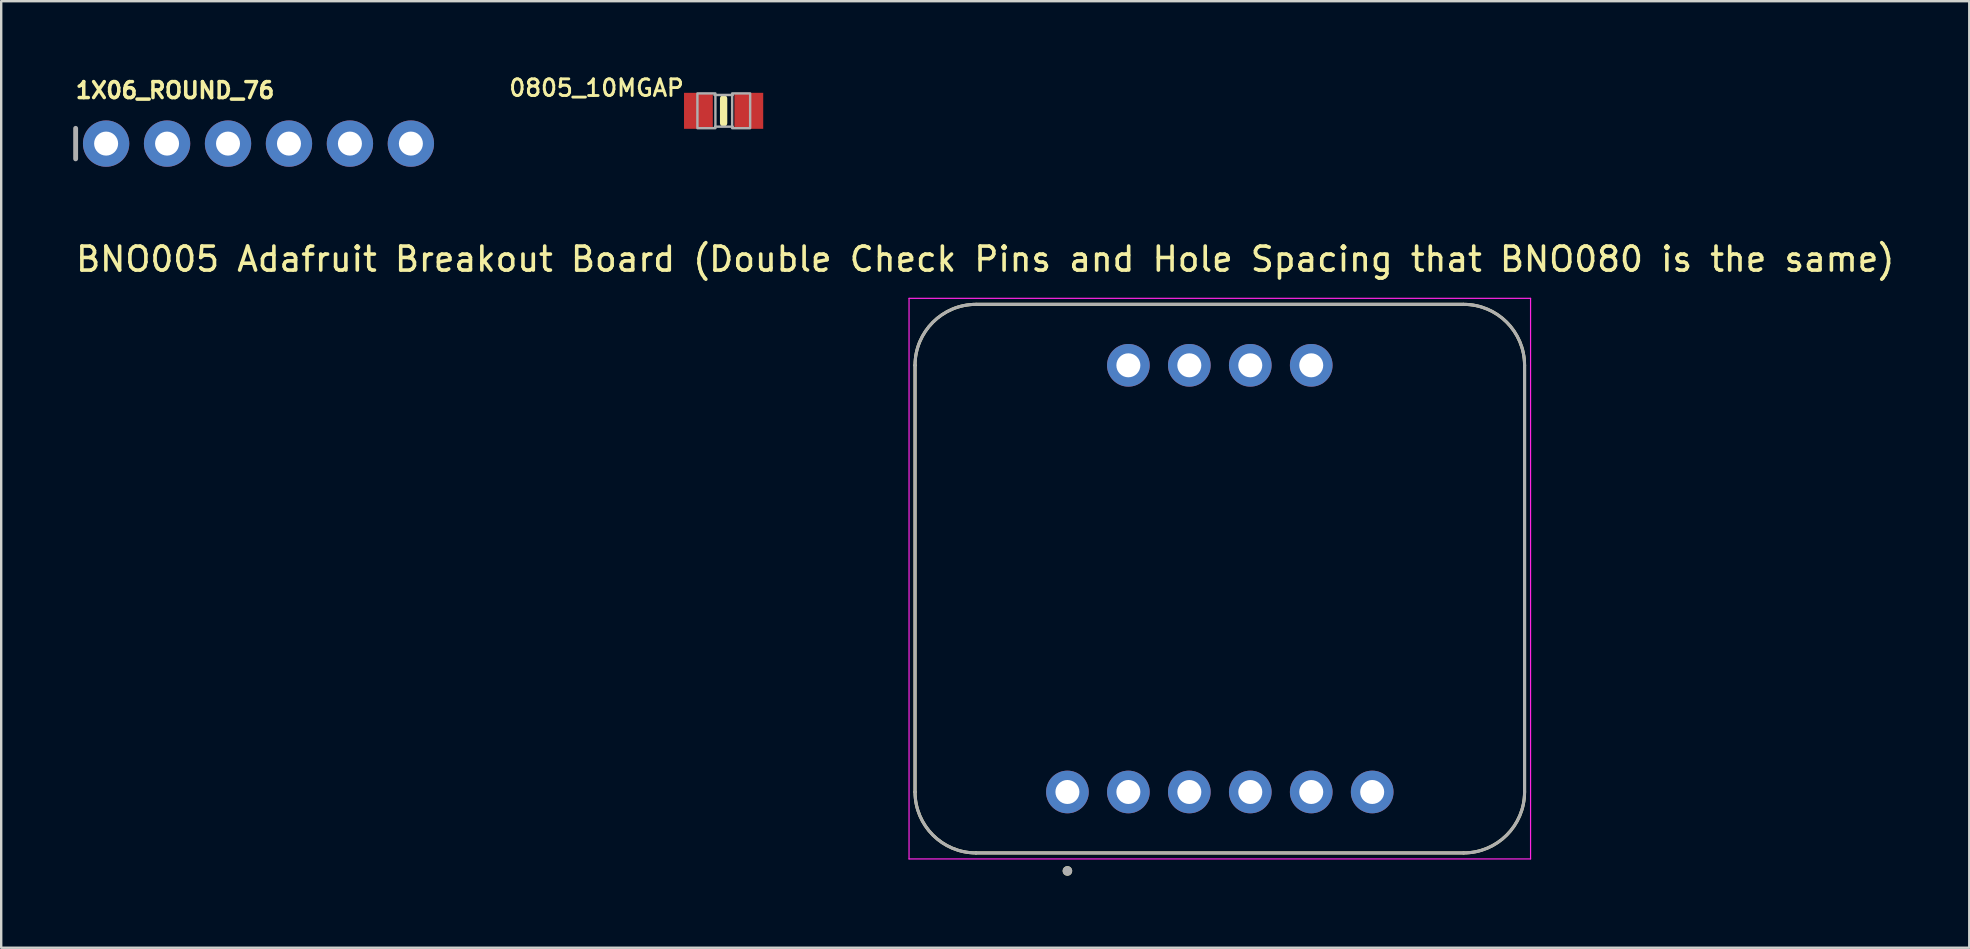
<source format=kicad_pcb>
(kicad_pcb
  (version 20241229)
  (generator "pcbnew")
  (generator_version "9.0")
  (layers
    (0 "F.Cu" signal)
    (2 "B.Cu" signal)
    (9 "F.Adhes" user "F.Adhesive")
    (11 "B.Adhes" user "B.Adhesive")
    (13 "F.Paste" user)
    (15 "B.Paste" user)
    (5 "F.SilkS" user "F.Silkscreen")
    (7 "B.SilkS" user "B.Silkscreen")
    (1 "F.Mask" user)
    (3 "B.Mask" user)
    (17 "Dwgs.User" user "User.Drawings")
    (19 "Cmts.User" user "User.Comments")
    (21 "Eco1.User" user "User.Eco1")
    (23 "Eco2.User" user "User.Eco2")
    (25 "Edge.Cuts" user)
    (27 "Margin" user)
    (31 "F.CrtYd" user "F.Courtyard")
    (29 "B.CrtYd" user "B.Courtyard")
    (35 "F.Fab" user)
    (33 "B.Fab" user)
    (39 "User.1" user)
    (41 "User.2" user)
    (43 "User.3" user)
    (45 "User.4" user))
  (footprint "BNO005 Adafruit Breakout Board (Double Check Pins and Hole Spacing that BNO080 is the same)"
    (layer "F.Cu")
    (at 47.781 21.063)
    (property "Reference" "BNO005 Adafruit Breakout Board (Double Check Pins and Hole Spacing that BNO080 is the same)" (at -9.775 -13.315 0) (layer "F.SilkS") (effects (font (size 1 1) (thickness 0.15))))
    (attr through_hole)
    (fp_line (start -12.7 -8.89) (end -12.7 8.89) (stroke (width 0.127) (type solid)) (layer "F.SilkS"))
    (fp_line (start -10.16 11.43) (end 10.16 11.43) (stroke (width 0.127) (type solid)) (layer "F.SilkS"))
    (fp_line (start 10.16 -11.43) (end -10.16 -11.43) (stroke (width 0.127) (type solid)) (layer "F.SilkS"))
    (fp_line (start 12.7 8.89) (end 12.7 -8.89) (stroke (width 0.127) (type solid)) (layer "F.SilkS"))
    (fp_arc (start -12.7 -8.89) (mid -11.956051 -10.686051) (end -10.16 -11.43) (stroke (width 0.127) (type solid)) (layer "F.SilkS"))
    (fp_arc (start -10.16 11.43) (mid -11.956051 10.686051) (end -12.7 8.89) (stroke (width 0.127) (type solid)) (layer "F.SilkS"))
    (fp_arc (start 10.16 -11.43) (mid 11.956051 -10.686051) (end 12.7 -8.89) (stroke (width 0.127) (type solid)) (layer "F.SilkS"))
    (fp_arc (start 12.7 8.89) (mid 11.956051 10.686051) (end 10.16 11.43) (stroke (width 0.127) (type solid)) (layer "F.SilkS"))
    (fp_circle (center -6.35 12.18) (end -6.25 12.18) (stroke (width 0.2) (type solid)) (fill no) (layer "F.SilkS"))
    (fp_line (start -12.95 -11.68) (end -12.95 11.68) (stroke (width 0.05) (type solid)) (layer "F.CrtYd"))
    (fp_line (start -12.95 11.68) (end 12.95 11.68) (stroke (width 0.05) (type solid)) (layer "F.CrtYd"))
    (fp_line (start 12.95 -11.68) (end -12.95 -11.68) (stroke (width 0.05) (type solid)) (layer "F.CrtYd"))
    (fp_line (start 12.95 11.68) (end 12.95 -11.68) (stroke (width 0.05) (type solid)) (layer "F.CrtYd"))
    (fp_line (start -12.7 -8.89) (end -12.7 8.89) (stroke (width 0.127) (type solid)) (layer "F.Fab"))
    (fp_line (start -10.16 11.43) (end 10.16 11.43) (stroke (width 0.127) (type solid)) (layer "F.Fab"))
    (fp_line (start 10.16 -11.43) (end -10.16 -11.43) (stroke (width 0.127) (type solid)) (layer "F.Fab"))
    (fp_line (start 12.7 8.89) (end 12.7 -8.89) (stroke (width 0.127) (type solid)) (layer "F.Fab"))
    (fp_arc (start -12.7 -8.89) (mid -11.956051 -10.686051) (end -10.16 -11.43) (stroke (width 0.127) (type solid)) (layer "F.Fab"))
    (fp_arc (start -10.16 11.43) (mid -11.956051 10.686051) (end -12.7 8.89) (stroke (width 0.127) (type solid)) (layer "F.Fab"))
    (fp_arc (start 10.16 -11.43) (mid 11.956051 -10.686051) (end 12.7 -8.89) (stroke (width 0.127) (type solid)) (layer "F.Fab"))
    (fp_arc (start 12.7 8.89) (mid 11.956051 10.686051) (end 10.16 11.43) (stroke (width 0.127) (type solid)) (layer "F.Fab"))
    (fp_circle (center -6.35 12.18) (end -6.25 12.18) (stroke (width 0.2) (type solid)) (fill no) (layer "F.Fab"))
    (pad "1" thru_hole circle (at -3.81 -8.89) (size 1.778 1.778) (drill 1) (layers "*.Cu" "*.Mask"))
    (pad "2" thru_hole circle (at -1.27 -8.89) (size 1.778 1.778) (drill 1) (layers "*.Cu" "*.Mask"))
    (pad "3" thru_hole circle (at 1.27 -8.89) (size 1.778 1.778) (drill 1) (layers "*.Cu" "*.Mask"))
    (pad "4" thru_hole circle (at 3.81 -8.89) (size 1.778 1.778) (drill 1) (layers "*.Cu" "*.Mask"))
    (pad "5" thru_hole circle (at -6.35 8.89) (size 1.778 1.778) (drill 1) (layers "*.Cu" "*.Mask"))
    (pad "6" thru_hole circle (at -3.81 8.89) (size 1.778 1.778) (drill 1) (layers "*.Cu" "*.Mask"))
    (pad "7" thru_hole circle (at -1.27 8.89) (size 1.778 1.778) (drill 1) (layers "*.Cu" "*.Mask"))
    (pad "8" thru_hole circle (at 1.27 8.89) (size 1.778 1.778) (drill 1) (layers "*.Cu" "*.Mask"))
    (pad "9" thru_hole circle (at 3.81 8.89) (size 1.778 1.778) (drill 1) (layers "*.Cu" "*.Mask"))
    (pad "10" thru_hole circle (at 6.35 8.89) (size 1.778 1.778) (drill 1) (layers "*.Cu" "*.Mask")))
  (footprint "1X06_ROUND_76"
    (layer "F.Cu")
    (at 7.722 2.934)
    (property "Reference" "1X06_ROUND_76" (at -7.696 -1.829 0) (layer "F.SilkS") (effects (font (size 0.666 0.666) (thickness 0.146)) (justify left bottom)))
    (fp_line (start -7.62 -0.635) (end -7.62 0.635) (stroke (width 0.203) (type solid)) (layer "F.Fab"))
    (fp_poly (pts (xy -6.604 0.254) (xy -6.096 0.254) (xy -6.096 -0.254) (xy -6.604 -0.254)) (stroke (width 0.1) (type default)) (fill no) (layer "F.Fab"))
    (fp_poly (pts (xy -4.064 0.254) (xy -3.556 0.254) (xy -3.556 -0.254) (xy -4.064 -0.254)) (stroke (width 0.1) (type default)) (fill no) (layer "F.Fab"))
    (fp_poly (pts (xy -1.524 0.254) (xy -1.016 0.254) (xy -1.016 -0.254) (xy -1.524 -0.254)) (stroke (width 0.1) (type default)) (fill no) (layer "F.Fab"))
    (fp_poly (pts (xy 1.016 0.254) (xy 1.524 0.254) (xy 1.524 -0.254) (xy 1.016 -0.254)) (stroke (width 0.1) (type default)) (fill no) (layer "F.Fab"))
    (fp_poly (pts (xy 3.556 0.254) (xy 4.064 0.254) (xy 4.064 -0.254) (xy 3.556 -0.254)) (stroke (width 0.1) (type default)) (fill no) (layer "F.Fab"))
    (fp_poly (pts (xy 6.096 0.254) (xy 6.604 0.254) (xy 6.604 -0.254) (xy 6.096 -0.254)) (stroke (width 0.1) (type default)) (fill no) (layer "F.Fab"))
    (pad "1" thru_hole circle (at -6.35 0 90) (size 1.93 1.93) (drill 1) (layers "*.Cu" "*.Mask"))
    (pad "2" thru_hole circle (at -3.81 0 90) (size 1.93 1.93) (drill 1) (layers "*.Cu" "*.Mask"))
    (pad "3" thru_hole circle (at -1.27 0 90) (size 1.93 1.93) (drill 1) (layers "*.Cu" "*.Mask"))
    (pad "4" thru_hole circle (at 1.27 0 90) (size 1.93 1.93) (drill 1) (layers "*.Cu" "*.Mask"))
    (pad "5" thru_hole circle (at 3.81 0 90) (size 1.93 1.93) (drill 1) (layers "*.Cu" "*.Mask"))
    (pad "6" thru_hole circle (at 6.35 0 90) (size 1.93 1.93) (drill 1) (layers "*.Cu" "*.Mask")))
  (footprint "0805_10MGAP"
    (layer "F.Cu")
    (at 27.104 1.568)
    (property "Reference" "0805_10MGAP" (at -1.587 -0.953 180) (layer "F.SilkS") (effects (font (size 0.693 0.693) (thickness 0.12)) (justify right)))
    (fp_line (start 0 -0.508) (end 0 0.508) (stroke (width 0.305) (type solid)) (layer "F.SilkS"))
    (fp_line (start -0.381 -0.66) (end 0.381 -0.66) (stroke (width 0.102) (type solid)) (layer "F.Fab"))
    (fp_line (start -0.356 0.66) (end 0.381 0.66) (stroke (width 0.102) (type solid)) (layer "F.Fab"))
    (fp_poly (pts (xy -1.092 0.724) (xy -0.342 0.724) (xy -0.342 -0.726) (xy -1.092 -0.726)) (stroke (width 0.1) (type default)) (fill no) (layer "F.Fab"))
    (fp_poly (pts (xy 0.356 0.724) (xy 1.106 0.724) (xy 1.106 -0.726) (xy 0.356 -0.726)) (stroke (width 0.1) (type default)) (fill no) (layer "F.Fab"))
    (pad "1" smd rect (at -1.05 0) (size 1.2 1.5) (layers "F.Cu" "F.Mask" "F.Paste"))
    (pad "2" smd rect (at 1.05 0) (size 1.2 1.5) (layers "F.Cu" "F.Mask" "F.Paste")))
  (gr_rect
    (start -3 -3)
    (end 79.012 36.443)
    (stroke (width 0.1) (type default))
    (fill no)
    (layer "Edge.Cuts")))
</source>
